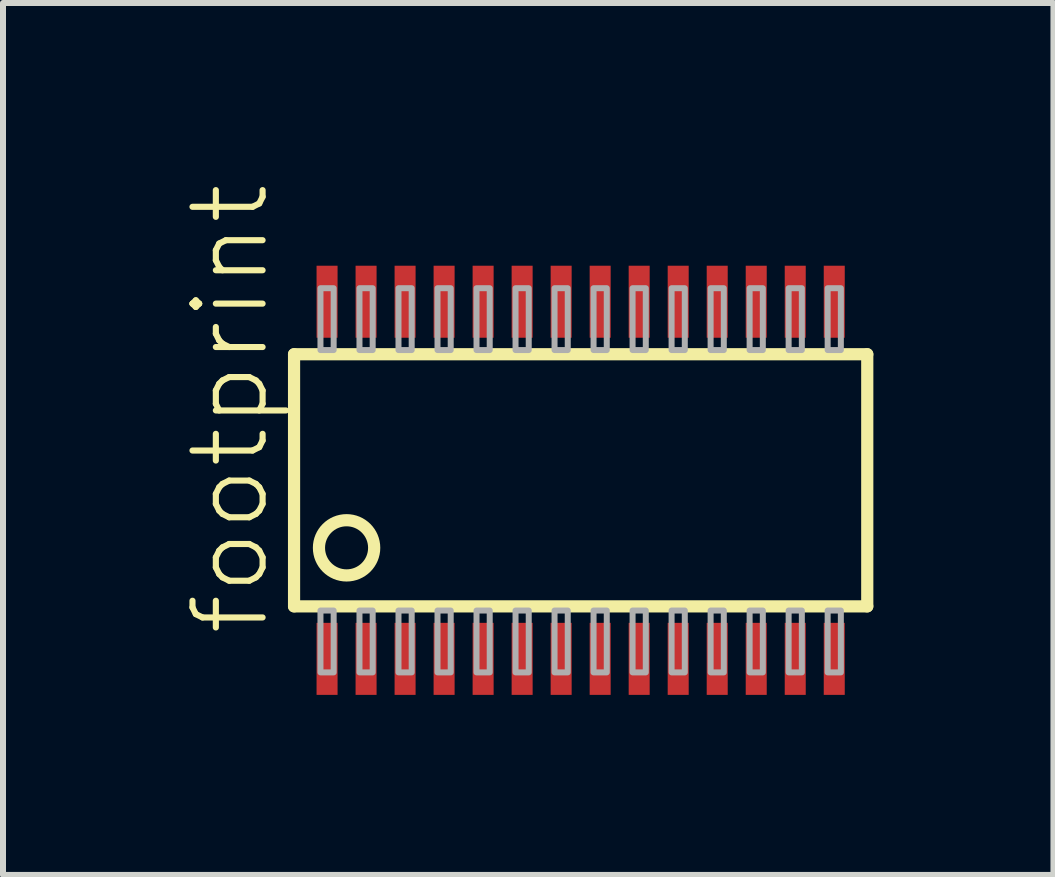
<source format=kicad_pcb>
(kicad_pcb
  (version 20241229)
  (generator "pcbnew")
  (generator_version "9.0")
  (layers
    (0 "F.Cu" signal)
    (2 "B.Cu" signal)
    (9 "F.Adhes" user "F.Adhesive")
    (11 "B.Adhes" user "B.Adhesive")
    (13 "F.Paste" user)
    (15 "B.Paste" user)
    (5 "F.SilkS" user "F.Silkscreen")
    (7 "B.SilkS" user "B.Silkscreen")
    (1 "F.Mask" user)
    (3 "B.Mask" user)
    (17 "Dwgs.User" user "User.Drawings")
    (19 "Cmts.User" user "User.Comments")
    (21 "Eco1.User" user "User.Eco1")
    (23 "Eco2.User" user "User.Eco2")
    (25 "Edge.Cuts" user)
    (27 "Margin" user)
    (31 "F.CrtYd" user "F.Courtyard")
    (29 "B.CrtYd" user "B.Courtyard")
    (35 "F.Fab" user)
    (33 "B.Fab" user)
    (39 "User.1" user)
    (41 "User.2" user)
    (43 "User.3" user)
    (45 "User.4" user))
  (footprint "footprint"
    (layer "F.Cu")
    (at 6.624 4.952)
    (property "Reference" "footprint" (at -5.151 2.63 90) (layer "F.SilkS") (effects (font (size 1.168 1.168) (thickness 0.102)) (justify left bottom)))
    (fp_line (start -4.775 -2.1) (end -4.775 2.1) (stroke (width 0.203) (type solid)) (layer "F.SilkS"))
    (fp_line (start -4.775 2.1) (end 4.775 2.1) (stroke (width 0.203) (type solid)) (layer "F.SilkS"))
    (fp_line (start 4.775 -2.1) (end -4.775 -2.1) (stroke (width 0.203) (type solid)) (layer "F.SilkS"))
    (fp_line (start 4.775 2.1) (end 4.775 -2.1) (stroke (width 0.203) (type solid)) (layer "F.SilkS"))
    (fp_circle (center -3.9 1.125) (end -3.44 1.125) (stroke (width 0.203) (type solid)) (fill no) (layer "F.SilkS"))
    (fp_poly (pts (xy -4.335 -2.17) (xy -4.115 -2.17) (xy -4.115 -3.2) (xy -4.335 -3.2)) (stroke (width 0.1) (type solid)) (fill no) (layer "F.Fab"))
    (fp_poly (pts (xy -4.335 3.2) (xy -4.115 3.2) (xy -4.115 2.17) (xy -4.335 2.17)) (stroke (width 0.1) (type solid)) (fill no) (layer "F.Fab"))
    (fp_poly (pts (xy -3.685 -2.17) (xy -3.465 -2.17) (xy -3.465 -3.2) (xy -3.685 -3.2)) (stroke (width 0.1) (type solid)) (fill no) (layer "F.Fab"))
    (fp_poly (pts (xy -3.685 3.2) (xy -3.465 3.2) (xy -3.465 2.17) (xy -3.685 2.17)) (stroke (width 0.1) (type solid)) (fill no) (layer "F.Fab"))
    (fp_poly (pts (xy -3.035 -2.17) (xy -2.815 -2.17) (xy -2.815 -3.2) (xy -3.035 -3.2)) (stroke (width 0.1) (type solid)) (fill no) (layer "F.Fab"))
    (fp_poly (pts (xy -3.035 3.2) (xy -2.815 3.2) (xy -2.815 2.17) (xy -3.035 2.17)) (stroke (width 0.1) (type solid)) (fill no) (layer "F.Fab"))
    (fp_poly (pts (xy -2.385 -2.17) (xy -2.165 -2.17) (xy -2.165 -3.2) (xy -2.385 -3.2)) (stroke (width 0.1) (type solid)) (fill no) (layer "F.Fab"))
    (fp_poly (pts (xy -2.385 3.2) (xy -2.165 3.2) (xy -2.165 2.17) (xy -2.385 2.17)) (stroke (width 0.1) (type solid)) (fill no) (layer "F.Fab"))
    (fp_poly (pts (xy -1.735 -2.17) (xy -1.515 -2.17) (xy -1.515 -3.2) (xy -1.735 -3.2)) (stroke (width 0.1) (type solid)) (fill no) (layer "F.Fab"))
    (fp_poly (pts (xy -1.735 3.2) (xy -1.515 3.2) (xy -1.515 2.17) (xy -1.735 2.17)) (stroke (width 0.1) (type solid)) (fill no) (layer "F.Fab"))
    (fp_poly (pts (xy -1.085 -2.17) (xy -0.865 -2.17) (xy -0.865 -3.2) (xy -1.085 -3.2)) (stroke (width 0.1) (type solid)) (fill no) (layer "F.Fab"))
    (fp_poly (pts (xy -1.085 3.2) (xy -0.865 3.2) (xy -0.865 2.17) (xy -1.085 2.17)) (stroke (width 0.1) (type solid)) (fill no) (layer "F.Fab"))
    (fp_poly (pts (xy -0.435 -2.17) (xy -0.215 -2.17) (xy -0.215 -3.2) (xy -0.435 -3.2)) (stroke (width 0.1) (type solid)) (fill no) (layer "F.Fab"))
    (fp_poly (pts (xy -0.435 3.2) (xy -0.215 3.2) (xy -0.215 2.17) (xy -0.435 2.17)) (stroke (width 0.1) (type solid)) (fill no) (layer "F.Fab"))
    (fp_poly (pts (xy 0.215 -2.17) (xy 0.435 -2.17) (xy 0.435 -3.2) (xy 0.215 -3.2)) (stroke (width 0.1) (type solid)) (fill no) (layer "F.Fab"))
    (fp_poly (pts (xy 0.215 3.2) (xy 0.435 3.2) (xy 0.435 2.17) (xy 0.215 2.17)) (stroke (width 0.1) (type solid)) (fill no) (layer "F.Fab"))
    (fp_poly (pts (xy 0.865 -2.17) (xy 1.085 -2.17) (xy 1.085 -3.2) (xy 0.865 -3.2)) (stroke (width 0.1) (type solid)) (fill no) (layer "F.Fab"))
    (fp_poly (pts (xy 0.865 3.2) (xy 1.085 3.2) (xy 1.085 2.17) (xy 0.865 2.17)) (stroke (width 0.1) (type solid)) (fill no) (layer "F.Fab"))
    (fp_poly (pts (xy 1.515 -2.17) (xy 1.735 -2.17) (xy 1.735 -3.2) (xy 1.515 -3.2)) (stroke (width 0.1) (type solid)) (fill no) (layer "F.Fab"))
    (fp_poly (pts (xy 1.515 3.2) (xy 1.735 3.2) (xy 1.735 2.17) (xy 1.515 2.17)) (stroke (width 0.1) (type solid)) (fill no) (layer "F.Fab"))
    (fp_poly (pts (xy 2.165 -2.17) (xy 2.385 -2.17) (xy 2.385 -3.2) (xy 2.165 -3.2)) (stroke (width 0.1) (type solid)) (fill no) (layer "F.Fab"))
    (fp_poly (pts (xy 2.165 3.2) (xy 2.385 3.2) (xy 2.385 2.17) (xy 2.165 2.17)) (stroke (width 0.1) (type solid)) (fill no) (layer "F.Fab"))
    (fp_poly (pts (xy 2.815 -2.17) (xy 3.035 -2.17) (xy 3.035 -3.2) (xy 2.815 -3.2)) (stroke (width 0.1) (type solid)) (fill no) (layer "F.Fab"))
    (fp_poly (pts (xy 2.815 3.2) (xy 3.035 3.2) (xy 3.035 2.17) (xy 2.815 2.17)) (stroke (width 0.1) (type solid)) (fill no) (layer "F.Fab"))
    (fp_poly (pts (xy 3.465 -2.17) (xy 3.685 -2.17) (xy 3.685 -3.2) (xy 3.465 -3.2)) (stroke (width 0.1) (type solid)) (fill no) (layer "F.Fab"))
    (fp_poly (pts (xy 3.465 3.2) (xy 3.685 3.2) (xy 3.685 2.17) (xy 3.465 2.17)) (stroke (width 0.1) (type solid)) (fill no) (layer "F.Fab"))
    (fp_poly (pts (xy 4.115 -2.17) (xy 4.335 -2.17) (xy 4.335 -3.2) (xy 4.115 -3.2)) (stroke (width 0.1) (type solid)) (fill no) (layer "F.Fab"))
    (fp_poly (pts (xy 4.115 3.2) (xy 4.335 3.2) (xy 4.335 2.17) (xy 4.115 2.17)) (stroke (width 0.1) (type solid)) (fill no) (layer "F.Fab"))
    (pad "1" smd rect (at -4.225 2.975) (size 0.35 1.2) (layers "F.Cu" "F.Mask" "F.Paste"))
    (pad "2" smd rect (at -3.575 2.975) (size 0.35 1.2) (layers "F.Cu" "F.Mask" "F.Paste"))
    (pad "3" smd rect (at -2.925 2.975) (size 0.35 1.2) (layers "F.Cu" "F.Mask" "F.Paste"))
    (pad "4" smd rect (at -2.275 2.975) (size 0.35 1.2) (layers "F.Cu" "F.Mask" "F.Paste"))
    (pad "5" smd rect (at -1.625 2.975) (size 0.35 1.2) (layers "F.Cu" "F.Mask" "F.Paste"))
    (pad "6" smd rect (at -0.975 2.975) (size 0.35 1.2) (layers "F.Cu" "F.Mask" "F.Paste"))
    (pad "7" smd rect (at -0.325 2.975) (size 0.35 1.2) (layers "F.Cu" "F.Mask" "F.Paste"))
    (pad "8" smd rect (at 0.325 2.975) (size 0.35 1.2) (layers "F.Cu" "F.Mask" "F.Paste"))
    (pad "9" smd rect (at 0.975 2.975) (size 0.35 1.2) (layers "F.Cu" "F.Mask" "F.Paste"))
    (pad "10" smd rect (at 1.625 2.975) (size 0.35 1.2) (layers "F.Cu" "F.Mask" "F.Paste"))
    (pad "11" smd rect (at 2.275 2.975) (size 0.35 1.2) (layers "F.Cu" "F.Mask" "F.Paste"))
    (pad "12" smd rect (at 2.925 2.975) (size 0.35 1.2) (layers "F.Cu" "F.Mask" "F.Paste"))
    (pad "13" smd rect (at 3.575 2.975) (size 0.35 1.2) (layers "F.Cu" "F.Mask" "F.Paste"))
    (pad "14" smd rect (at 4.225 2.975) (size 0.35 1.2) (layers "F.Cu" "F.Mask" "F.Paste"))
    (pad "15" smd rect (at 4.225 -2.975) (size 0.35 1.2) (layers "F.Cu" "F.Mask" "F.Paste"))
    (pad "16" smd rect (at 3.575 -2.975) (size 0.35 1.2) (layers "F.Cu" "F.Mask" "F.Paste"))
    (pad "17" smd rect (at 2.925 -2.975) (size 0.35 1.2) (layers "F.Cu" "F.Mask" "F.Paste"))
    (pad "18" smd rect (at 2.275 -2.975) (size 0.35 1.2) (layers "F.Cu" "F.Mask" "F.Paste"))
    (pad "19" smd rect (at 1.625 -2.975) (size 0.35 1.2) (layers "F.Cu" "F.Mask" "F.Paste"))
    (pad "20" smd rect (at 0.975 -2.975) (size 0.35 1.2) (layers "F.Cu" "F.Mask" "F.Paste"))
    (pad "21" smd rect (at 0.325 -2.975) (size 0.35 1.2) (layers "F.Cu" "F.Mask" "F.Paste"))
    (pad "22" smd rect (at -0.325 -2.975) (size 0.35 1.2) (layers "F.Cu" "F.Mask" "F.Paste"))
    (pad "23" smd rect (at -0.975 -2.975) (size 0.35 1.2) (layers "F.Cu" "F.Mask" "F.Paste"))
    (pad "24" smd rect (at -1.625 -2.975) (size 0.35 1.2) (layers "F.Cu" "F.Mask" "F.Paste"))
    (pad "25" smd rect (at -2.275 -2.975) (size 0.35 1.2) (layers "F.Cu" "F.Mask" "F.Paste"))
    (pad "26" smd rect (at -2.925 -2.975) (size 0.35 1.2) (layers "F.Cu" "F.Mask" "F.Paste"))
    (pad "27" smd rect (at -3.575 -2.975) (size 0.35 1.2) (layers "F.Cu" "F.Mask" "F.Paste"))
    (pad "28" smd rect (at -4.225 -2.975) (size 0.35 1.2) (layers "F.Cu" "F.Mask" "F.Paste")))
  (gr_rect
    (start -3 -3)
    (end 14.501 11.527)
    (stroke (width 0.1) (type default))
    (fill no)
    (layer "Edge.Cuts")))
</source>
